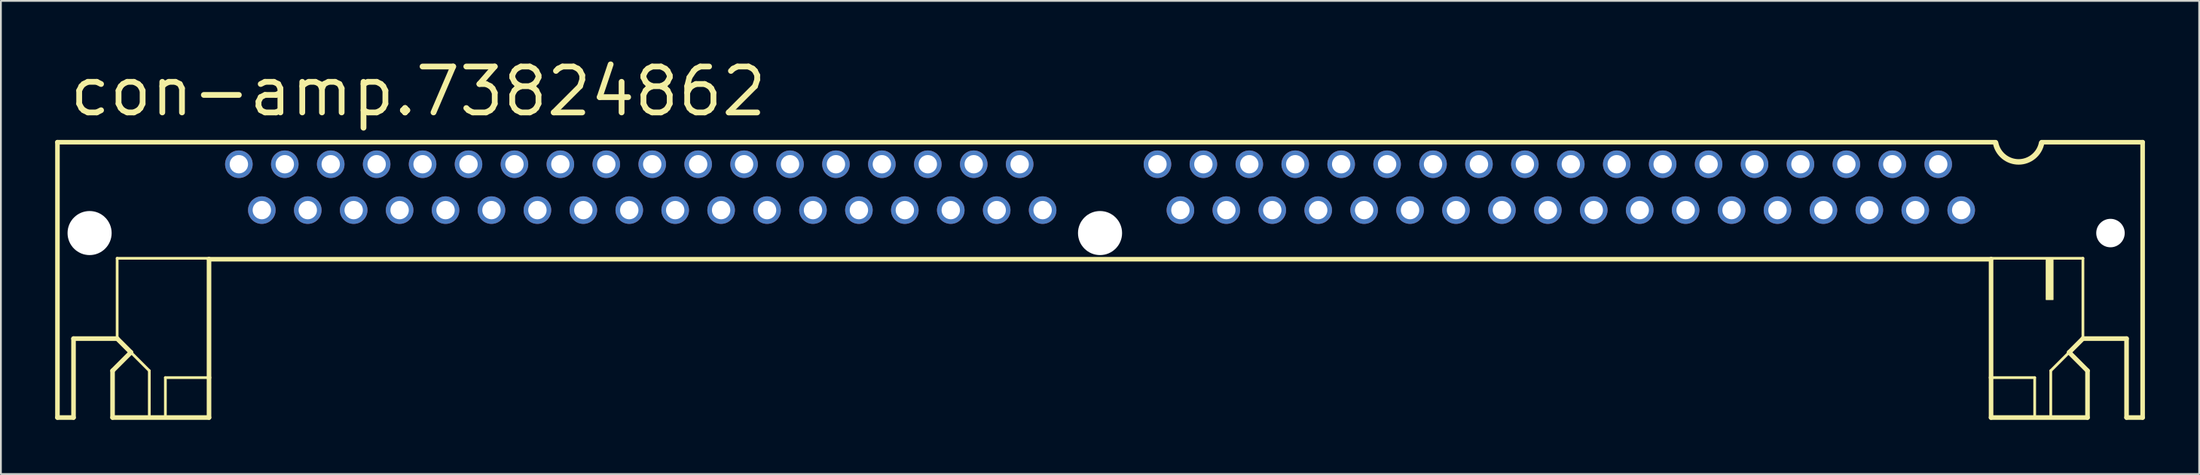
<source format=kicad_pcb>
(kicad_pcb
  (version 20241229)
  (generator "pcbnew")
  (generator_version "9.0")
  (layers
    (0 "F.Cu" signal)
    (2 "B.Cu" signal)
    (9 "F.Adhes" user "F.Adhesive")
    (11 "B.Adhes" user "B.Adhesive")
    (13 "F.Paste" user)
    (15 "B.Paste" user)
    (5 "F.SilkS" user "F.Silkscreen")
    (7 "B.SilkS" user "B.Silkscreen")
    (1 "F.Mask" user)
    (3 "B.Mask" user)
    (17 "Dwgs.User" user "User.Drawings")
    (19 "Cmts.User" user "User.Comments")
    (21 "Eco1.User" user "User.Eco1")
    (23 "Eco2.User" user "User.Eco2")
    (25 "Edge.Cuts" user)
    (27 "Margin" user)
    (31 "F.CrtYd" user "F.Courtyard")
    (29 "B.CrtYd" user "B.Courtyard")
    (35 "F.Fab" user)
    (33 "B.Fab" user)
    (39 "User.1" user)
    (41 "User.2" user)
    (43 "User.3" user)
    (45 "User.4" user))
  (footprint "con-amp.73824862"
    (layer "F.Cu")
    (at 57.785 7.31)
    (property "Reference" "con-amp.73824862" (at -57.15 -3.81 0) (layer "F.SilkS") (effects (font (size 2.54 2.54) (thickness 0.32)) (justify left bottom)))
    (attr through_hole)
    (fp_line (start -57.658 -2.489) (end 49.53 -2.489) (stroke (width 0.254) (type default)) (layer "F.SilkS"))
    (fp_line (start -57.658 12.751) (end -57.658 -2.489) (stroke (width 0.254) (type default)) (layer "F.SilkS"))
    (fp_line (start -56.769 8.382) (end -56.769 12.751) (stroke (width 0.254) (type default)) (layer "F.SilkS"))
    (fp_line (start -56.769 12.751) (end -57.658 12.751) (stroke (width 0.254) (type default)) (layer "F.SilkS"))
    (fp_line (start -54.61 10.16) (end -53.594 9.144) (stroke (width 0.254) (type default)) (layer "F.SilkS"))
    (fp_line (start -54.61 12.751) (end -54.61 10.16) (stroke (width 0.254) (type default)) (layer "F.SilkS"))
    (fp_line (start -54.356 3.937) (end -54.356 8.382) (stroke (width 0.152) (type default)) (layer "F.SilkS"))
    (fp_line (start -54.356 8.382) (end -56.769 8.382) (stroke (width 0.254) (type default)) (layer "F.SilkS"))
    (fp_line (start -53.594 9.144) (end -54.356 8.382) (stroke (width 0.254) (type default)) (layer "F.SilkS"))
    (fp_line (start -53.594 9.144) (end -52.578 10.16) (stroke (width 0.152) (type default)) (layer "F.SilkS"))
    (fp_line (start -52.578 10.16) (end -52.578 12.7) (stroke (width 0.152) (type default)) (layer "F.SilkS"))
    (fp_line (start -51.689 10.541) (end -51.689 12.7) (stroke (width 0.152) (type default)) (layer "F.SilkS"))
    (fp_line (start -51.689 10.541) (end -49.276 10.541) (stroke (width 0.152) (type default)) (layer "F.SilkS"))
    (fp_line (start -49.276 3.937) (end -54.356 3.937) (stroke (width 0.152) (type default)) (layer "F.SilkS"))
    (fp_line (start -49.276 3.988) (end -49.276 10.541) (stroke (width 0.254) (type default)) (layer "F.SilkS"))
    (fp_line (start -49.276 10.541) (end -49.276 12.751) (stroke (width 0.254) (type default)) (layer "F.SilkS"))
    (fp_line (start -49.276 12.751) (end -54.61 12.751) (stroke (width 0.254) (type default)) (layer "F.SilkS"))
    (fp_line (start 49.276 3.937) (end 54.356 3.937) (stroke (width 0.152) (type default)) (layer "F.SilkS"))
    (fp_line (start 49.276 3.988) (end -49.276 3.988) (stroke (width 0.254) (type default)) (layer "F.SilkS"))
    (fp_line (start 49.276 3.988) (end 49.276 10.541) (stroke (width 0.254) (type default)) (layer "F.SilkS"))
    (fp_line (start 49.276 10.541) (end 49.276 12.751) (stroke (width 0.254) (type default)) (layer "F.SilkS"))
    (fp_line (start 49.276 12.751) (end 54.61 12.751) (stroke (width 0.254) (type default)) (layer "F.SilkS"))
    (fp_line (start 51.689 10.541) (end 49.276 10.541) (stroke (width 0.152) (type default)) (layer "F.SilkS"))
    (fp_line (start 51.689 10.541) (end 51.689 12.7) (stroke (width 0.152) (type default)) (layer "F.SilkS"))
    (fp_line (start 52.07 -2.489) (end 57.658 -2.489) (stroke (width 0.254) (type default)) (layer "F.SilkS"))
    (fp_line (start 52.578 10.16) (end 52.578 12.7) (stroke (width 0.152) (type default)) (layer "F.SilkS"))
    (fp_line (start 53.594 9.144) (end 52.578 10.16) (stroke (width 0.152) (type default)) (layer "F.SilkS"))
    (fp_line (start 53.594 9.144) (end 54.356 8.382) (stroke (width 0.254) (type default)) (layer "F.SilkS"))
    (fp_line (start 54.356 3.937) (end 54.356 8.382) (stroke (width 0.152) (type default)) (layer "F.SilkS"))
    (fp_line (start 54.356 8.382) (end 56.769 8.382) (stroke (width 0.254) (type default)) (layer "F.SilkS"))
    (fp_line (start 54.61 10.16) (end 53.594 9.144) (stroke (width 0.254) (type default)) (layer "F.SilkS"))
    (fp_line (start 54.61 12.751) (end 54.61 10.16) (stroke (width 0.254) (type default)) (layer "F.SilkS"))
    (fp_line (start 56.769 8.382) (end 56.769 12.751) (stroke (width 0.254) (type default)) (layer "F.SilkS"))
    (fp_line (start 56.769 12.751) (end 57.658 12.751) (stroke (width 0.254) (type default)) (layer "F.SilkS"))
    (fp_line (start 57.658 12.751) (end 57.658 -2.489) (stroke (width 0.254) (type default)) (layer "F.SilkS"))
    (fp_rect (start 52.324 6.223) (end 52.705 3.937) (stroke (width 0.05) (type default)) (fill yes) (layer "F.SilkS"))
    (fp_arc (start 52.07 -2.44) (mid 50.8 -1.398849) (end 49.53 -2.44) (stroke (width 0.3048) (type default)) (layer "F.SilkS"))
    (pad "" np_thru_hole circle (at -55.88 2.54) (size 2.438 2.438) (drill 2.438) (layers "*.Cu" "*.Mask"))
    (pad "" np_thru_hole circle (at 0 2.54) (size 2.438 2.438) (drill 2.438) (layers "*.Cu" "*.Mask"))
    (pad "" np_thru_hole circle (at 55.88 2.54) (size 1.575 1.575) (drill 1.575) (layers "*.Cu" "*.Mask"))
    (pad "1" thru_hole circle (at 47.625 1.27) (size 1.524 1.524) (drill 1.016) (layers "*.Cu" "*.Mask"))
    (pad "2" thru_hole circle (at 46.355 -1.27) (size 1.524 1.524) (drill 1.016) (layers "*.Cu" "*.Mask"))
    (pad "3" thru_hole circle (at 45.085 1.27) (size 1.524 1.524) (drill 1.016) (layers "*.Cu" "*.Mask"))
    (pad "4" thru_hole circle (at 43.815 -1.27) (size 1.524 1.524) (drill 1.016) (layers "*.Cu" "*.Mask"))
    (pad "5" thru_hole circle (at 42.545 1.27) (size 1.524 1.524) (drill 1.016) (layers "*.Cu" "*.Mask"))
    (pad "6" thru_hole circle (at 41.275 -1.27) (size 1.524 1.524) (drill 1.016) (layers "*.Cu" "*.Mask"))
    (pad "7" thru_hole circle (at 40.005 1.27) (size 1.524 1.524) (drill 1.016) (layers "*.Cu" "*.Mask"))
    (pad "8" thru_hole circle (at 38.735 -1.27) (size 1.524 1.524) (drill 1.016) (layers "*.Cu" "*.Mask"))
    (pad "9" thru_hole circle (at 37.465 1.27) (size 1.524 1.524) (drill 1.016) (layers "*.Cu" "*.Mask"))
    (pad "10" thru_hole circle (at 36.195 -1.27) (size 1.524 1.524) (drill 1.016) (layers "*.Cu" "*.Mask"))
    (pad "11" thru_hole circle (at 34.925 1.27) (size 1.524 1.524) (drill 1.016) (layers "*.Cu" "*.Mask"))
    (pad "12" thru_hole circle (at 33.655 -1.27) (size 1.524 1.524) (drill 1.016) (layers "*.Cu" "*.Mask"))
    (pad "13" thru_hole circle (at 32.385 1.27) (size 1.524 1.524) (drill 1.016) (layers "*.Cu" "*.Mask"))
    (pad "14" thru_hole circle (at 31.115 -1.27) (size 1.524 1.524) (drill 1.016) (layers "*.Cu" "*.Mask"))
    (pad "15" thru_hole circle (at 29.845 1.27) (size 1.524 1.524) (drill 1.016) (layers "*.Cu" "*.Mask"))
    (pad "16" thru_hole circle (at 28.575 -1.27) (size 1.524 1.524) (drill 1.016) (layers "*.Cu" "*.Mask"))
    (pad "17" thru_hole circle (at 27.305 1.27) (size 1.524 1.524) (drill 1.016) (layers "*.Cu" "*.Mask"))
    (pad "18" thru_hole circle (at 26.035 -1.27) (size 1.524 1.524) (drill 1.016) (layers "*.Cu" "*.Mask"))
    (pad "19" thru_hole circle (at 24.765 1.27) (size 1.524 1.524) (drill 1.016) (layers "*.Cu" "*.Mask"))
    (pad "20" thru_hole circle (at 23.495 -1.27) (size 1.524 1.524) (drill 1.016) (layers "*.Cu" "*.Mask"))
    (pad "21" thru_hole circle (at 22.225 1.27) (size 1.524 1.524) (drill 1.016) (layers "*.Cu" "*.Mask"))
    (pad "22" thru_hole circle (at 20.955 -1.27) (size 1.524 1.524) (drill 1.016) (layers "*.Cu" "*.Mask"))
    (pad "23" thru_hole circle (at 19.685 1.27) (size 1.524 1.524) (drill 1.016) (layers "*.Cu" "*.Mask"))
    (pad "24" thru_hole circle (at 18.415 -1.27) (size 1.524 1.524) (drill 1.016) (layers "*.Cu" "*.Mask"))
    (pad "25" thru_hole circle (at 17.145 1.27) (size 1.524 1.524) (drill 1.016) (layers "*.Cu" "*.Mask"))
    (pad "26" thru_hole circle (at 15.875 -1.27) (size 1.524 1.524) (drill 1.016) (layers "*.Cu" "*.Mask"))
    (pad "27" thru_hole circle (at 14.605 1.27) (size 1.524 1.524) (drill 1.016) (layers "*.Cu" "*.Mask"))
    (pad "28" thru_hole circle (at 13.335 -1.27) (size 1.524 1.524) (drill 1.016) (layers "*.Cu" "*.Mask"))
    (pad "29" thru_hole circle (at 12.065 1.27) (size 1.524 1.524) (drill 1.016) (layers "*.Cu" "*.Mask"))
    (pad "30" thru_hole circle (at 10.795 -1.27) (size 1.524 1.524) (drill 1.016) (layers "*.Cu" "*.Mask"))
    (pad "31" thru_hole circle (at 9.525 1.27) (size 1.524 1.524) (drill 1.016) (layers "*.Cu" "*.Mask"))
    (pad "32" thru_hole circle (at 8.255 -1.27) (size 1.524 1.524) (drill 1.016) (layers "*.Cu" "*.Mask"))
    (pad "33" thru_hole circle (at 6.985 1.27) (size 1.524 1.524) (drill 1.016) (layers "*.Cu" "*.Mask"))
    (pad "34" thru_hole circle (at 5.715 -1.27) (size 1.524 1.524) (drill 1.016) (layers "*.Cu" "*.Mask"))
    (pad "35" thru_hole circle (at 4.445 1.27) (size 1.524 1.524) (drill 1.016) (layers "*.Cu" "*.Mask"))
    (pad "36" thru_hole circle (at 3.175 -1.27) (size 1.524 1.524) (drill 1.016) (layers "*.Cu" "*.Mask"))
    (pad "37" thru_hole circle (at -3.175 1.27) (size 1.524 1.524) (drill 1.016) (layers "*.Cu" "*.Mask"))
    (pad "38" thru_hole circle (at -4.445 -1.27) (size 1.524 1.524) (drill 1.016) (layers "*.Cu" "*.Mask"))
    (pad "39" thru_hole circle (at -5.715 1.27) (size 1.524 1.524) (drill 1.016) (layers "*.Cu" "*.Mask"))
    (pad "40" thru_hole circle (at -6.985 -1.27) (size 1.524 1.524) (drill 1.016) (layers "*.Cu" "*.Mask"))
    (pad "41" thru_hole circle (at -8.255 1.27) (size 1.524 1.524) (drill 1.016) (layers "*.Cu" "*.Mask"))
    (pad "42" thru_hole circle (at -9.525 -1.27) (size 1.524 1.524) (drill 1.016) (layers "*.Cu" "*.Mask"))
    (pad "43" thru_hole circle (at -10.795 1.27) (size 1.524 1.524) (drill 1.016) (layers "*.Cu" "*.Mask"))
    (pad "44" thru_hole circle (at -12.065 -1.27) (size 1.524 1.524) (drill 1.016) (layers "*.Cu" "*.Mask"))
    (pad "45" thru_hole circle (at -13.335 1.27) (size 1.524 1.524) (drill 1.016) (layers "*.Cu" "*.Mask"))
    (pad "46" thru_hole circle (at -14.605 -1.27) (size 1.524 1.524) (drill 1.016) (layers "*.Cu" "*.Mask"))
    (pad "47" thru_hole circle (at -15.875 1.27) (size 1.524 1.524) (drill 1.016) (layers "*.Cu" "*.Mask"))
    (pad "48" thru_hole circle (at -17.145 -1.27) (size 1.524 1.524) (drill 1.016) (layers "*.Cu" "*.Mask"))
    (pad "49" thru_hole circle (at -18.415 1.27) (size 1.524 1.524) (drill 1.016) (layers "*.Cu" "*.Mask"))
    (pad "50" thru_hole circle (at -19.685 -1.27) (size 1.524 1.524) (drill 1.016) (layers "*.Cu" "*.Mask"))
    (pad "51" thru_hole circle (at -20.955 1.27) (size 1.524 1.524) (drill 1.016) (layers "*.Cu" "*.Mask"))
    (pad "52" thru_hole circle (at -22.225 -1.27) (size 1.524 1.524) (drill 1.016) (layers "*.Cu" "*.Mask"))
    (pad "53" thru_hole circle (at -23.495 1.27) (size 1.524 1.524) (drill 1.016) (layers "*.Cu" "*.Mask"))
    (pad "54" thru_hole circle (at -24.765 -1.27) (size 1.524 1.524) (drill 1.016) (layers "*.Cu" "*.Mask"))
    (pad "55" thru_hole circle (at -26.035 1.27) (size 1.524 1.524) (drill 1.016) (layers "*.Cu" "*.Mask"))
    (pad "56" thru_hole circle (at -27.305 -1.27) (size 1.524 1.524) (drill 1.016) (layers "*.Cu" "*.Mask"))
    (pad "57" thru_hole circle (at -28.575 1.27) (size 1.524 1.524) (drill 1.016) (layers "*.Cu" "*.Mask"))
    (pad "58" thru_hole circle (at -29.845 -1.27) (size 1.524 1.524) (drill 1.016) (layers "*.Cu" "*.Mask"))
    (pad "59" thru_hole circle (at -31.115 1.27) (size 1.524 1.524) (drill 1.016) (layers "*.Cu" "*.Mask"))
    (pad "60" thru_hole circle (at -32.385 -1.27) (size 1.524 1.524) (drill 1.016) (layers "*.Cu" "*.Mask"))
    (pad "61" thru_hole circle (at -33.655 1.27) (size 1.524 1.524) (drill 1.016) (layers "*.Cu" "*.Mask"))
    (pad "62" thru_hole circle (at -34.925 -1.27) (size 1.524 1.524) (drill 1.016) (layers "*.Cu" "*.Mask"))
    (pad "63" thru_hole circle (at -36.195 1.27) (size 1.524 1.524) (drill 1.016) (layers "*.Cu" "*.Mask"))
    (pad "64" thru_hole circle (at -37.465 -1.27) (size 1.524 1.524) (drill 1.016) (layers "*.Cu" "*.Mask"))
    (pad "65" thru_hole circle (at -38.735 1.27) (size 1.524 1.524) (drill 1.016) (layers "*.Cu" "*.Mask"))
    (pad "66" thru_hole circle (at -40.005 -1.27) (size 1.524 1.524) (drill 1.016) (layers "*.Cu" "*.Mask"))
    (pad "67" thru_hole circle (at -41.275 1.27) (size 1.524 1.524) (drill 1.016) (layers "*.Cu" "*.Mask"))
    (pad "68" thru_hole circle (at -42.545 -1.27) (size 1.524 1.524) (drill 1.016) (layers "*.Cu" "*.Mask"))
    (pad "69" thru_hole circle (at -43.815 1.27) (size 1.524 1.524) (drill 1.016) (layers "*.Cu" "*.Mask"))
    (pad "70" thru_hole circle (at -45.085 -1.27) (size 1.524 1.524) (drill 1.016) (layers "*.Cu" "*.Mask"))
    (pad "71" thru_hole circle (at -46.355 1.27) (size 1.524 1.524) (drill 1.016) (layers "*.Cu" "*.Mask"))
    (pad "72" thru_hole circle (at -47.625 -1.27) (size 1.524 1.524) (drill 1.016) (layers "*.Cu" "*.Mask")))
  (gr_rect
    (start -3 -3)
    (end 118.57 23.188)
    (stroke (width 0.1) (type default))
    (fill no)
    (layer "Edge.Cuts")))
</source>
